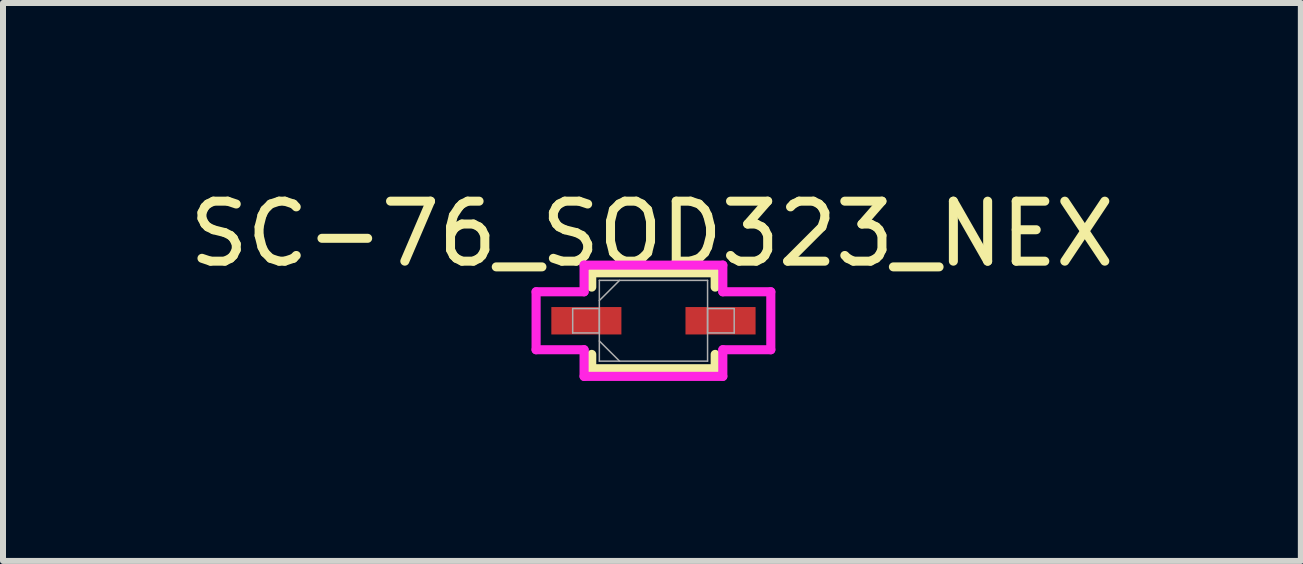
<source format=kicad_pcb>
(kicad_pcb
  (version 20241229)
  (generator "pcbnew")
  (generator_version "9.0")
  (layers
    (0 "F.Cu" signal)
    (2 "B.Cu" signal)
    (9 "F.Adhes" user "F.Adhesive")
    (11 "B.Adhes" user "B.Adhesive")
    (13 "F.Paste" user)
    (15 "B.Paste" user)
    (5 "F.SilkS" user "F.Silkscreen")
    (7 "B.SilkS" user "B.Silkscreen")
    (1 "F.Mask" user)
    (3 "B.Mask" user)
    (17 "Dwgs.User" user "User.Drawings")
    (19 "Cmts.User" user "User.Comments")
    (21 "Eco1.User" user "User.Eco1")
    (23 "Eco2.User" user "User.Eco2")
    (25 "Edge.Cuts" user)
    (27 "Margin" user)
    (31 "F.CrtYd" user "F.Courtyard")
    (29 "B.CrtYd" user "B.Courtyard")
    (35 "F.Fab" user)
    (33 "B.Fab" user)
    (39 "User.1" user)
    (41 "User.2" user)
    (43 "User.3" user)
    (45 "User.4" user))
  (footprint "SC-76_SOD323_NEX"
    (layer "F.Cu")
    (at 7.841 2.296)
    (property "Reference" "SC-76_SOD323_NEX" (at -0.025 -1.448 0) (unlocked yes) (layer "F.SilkS") (effects (font (size 1 1) (thickness 0.15))))
    (attr smd)
    (fp_line (start -1.029 -0.8) (end -1.029 -0.561) (stroke (width 0.152) (type solid)) (layer "F.SilkS"))
    (fp_line (start -1.029 0.561) (end -1.029 0.8) (stroke (width 0.152) (type solid)) (layer "F.SilkS"))
    (fp_line (start -1.029 0.8) (end 1.029 0.8) (stroke (width 0.152) (type solid)) (layer "F.SilkS"))
    (fp_line (start 1.029 -0.8) (end -1.029 -0.8) (stroke (width 0.152) (type solid)) (layer "F.SilkS"))
    (fp_line (start 1.029 -0.561) (end 1.029 -0.8) (stroke (width 0.152) (type solid)) (layer "F.SilkS"))
    (fp_line (start 1.029 0.8) (end 1.029 0.561) (stroke (width 0.152) (type solid)) (layer "F.SilkS"))
    (fp_line (start -1.956 -0.483) (end -1.156 -0.483) (stroke (width 0.152) (type solid)) (layer "F.CrtYd"))
    (fp_line (start -1.956 0.483) (end -1.956 -0.483) (stroke (width 0.152) (type solid)) (layer "F.CrtYd"))
    (fp_line (start -1.156 -0.927) (end 1.156 -0.927) (stroke (width 0.152) (type solid)) (layer "F.CrtYd"))
    (fp_line (start -1.156 -0.483) (end -1.156 -0.927) (stroke (width 0.152) (type solid)) (layer "F.CrtYd"))
    (fp_line (start -1.156 0.483) (end -1.956 0.483) (stroke (width 0.152) (type solid)) (layer "F.CrtYd"))
    (fp_line (start -1.156 0.927) (end -1.156 0.483) (stroke (width 0.152) (type solid)) (layer "F.CrtYd"))
    (fp_line (start 1.156 -0.927) (end 1.156 -0.483) (stroke (width 0.152) (type solid)) (layer "F.CrtYd"))
    (fp_line (start 1.156 -0.483) (end 1.956 -0.483) (stroke (width 0.152) (type solid)) (layer "F.CrtYd"))
    (fp_line (start 1.156 0.483) (end 1.156 0.927) (stroke (width 0.152) (type solid)) (layer "F.CrtYd"))
    (fp_line (start 1.156 0.927) (end -1.156 0.927) (stroke (width 0.152) (type solid)) (layer "F.CrtYd"))
    (fp_line (start 1.956 -0.483) (end 1.956 0.483) (stroke (width 0.152) (type solid)) (layer "F.CrtYd"))
    (fp_line (start 1.956 0.483) (end 1.156 0.483) (stroke (width 0.152) (type solid)) (layer "F.CrtYd"))
    (fp_line (start -1.346 -0.203) (end -1.346 0.203) (stroke (width 0.025) (type solid)) (layer "F.Fab"))
    (fp_line (start -1.346 0.203) (end -0.902 0.203) (stroke (width 0.025) (type solid)) (layer "F.Fab"))
    (fp_line (start -0.902 -0.673) (end -0.902 0.673) (stroke (width 0.025) (type solid)) (layer "F.Fab"))
    (fp_line (start -0.902 -0.337) (end -0.565 -0.673) (stroke (width 0.025) (type solid)) (layer "F.Fab"))
    (fp_line (start -0.902 -0.203) (end -1.346 -0.203) (stroke (width 0.025) (type solid)) (layer "F.Fab"))
    (fp_line (start -0.902 0.203) (end -0.902 -0.203) (stroke (width 0.025) (type solid)) (layer "F.Fab"))
    (fp_line (start -0.902 0.337) (end -0.565 0.673) (stroke (width 0.025) (type solid)) (layer "F.Fab"))
    (fp_line (start -0.902 0.673) (end 0.902 0.673) (stroke (width 0.025) (type solid)) (layer "F.Fab"))
    (fp_line (start 0.902 -0.673) (end -0.902 -0.673) (stroke (width 0.025) (type solid)) (layer "F.Fab"))
    (fp_line (start 0.902 -0.203) (end 0.902 0.203) (stroke (width 0.025) (type solid)) (layer "F.Fab"))
    (fp_line (start 0.902 0.203) (end 1.346 0.203) (stroke (width 0.025) (type solid)) (layer "F.Fab"))
    (fp_line (start 0.902 0.673) (end 0.902 -0.673) (stroke (width 0.025) (type solid)) (layer "F.Fab"))
    (fp_line (start 1.346 -0.203) (end 0.902 -0.203) (stroke (width 0.025) (type solid)) (layer "F.Fab"))
    (fp_line (start 1.346 0.203) (end 1.346 -0.203) (stroke (width 0.025) (type solid)) (layer "F.Fab"))
    (pad "1" smd rect (at -1.118 0) (size 1.168 0.457) (layers "F.Cu" "F.Mask" "F.Paste"))
    (pad "2" smd rect (at 1.118 0) (size 1.168 0.457) (layers "F.Cu" "F.Mask" "F.Paste")))
  (gr_rect
    (start -3 -3)
    (end 18.631 6.299)
    (stroke (width 0.1) (type default))
    (fill no)
    (layer "Edge.Cuts")))
</source>
